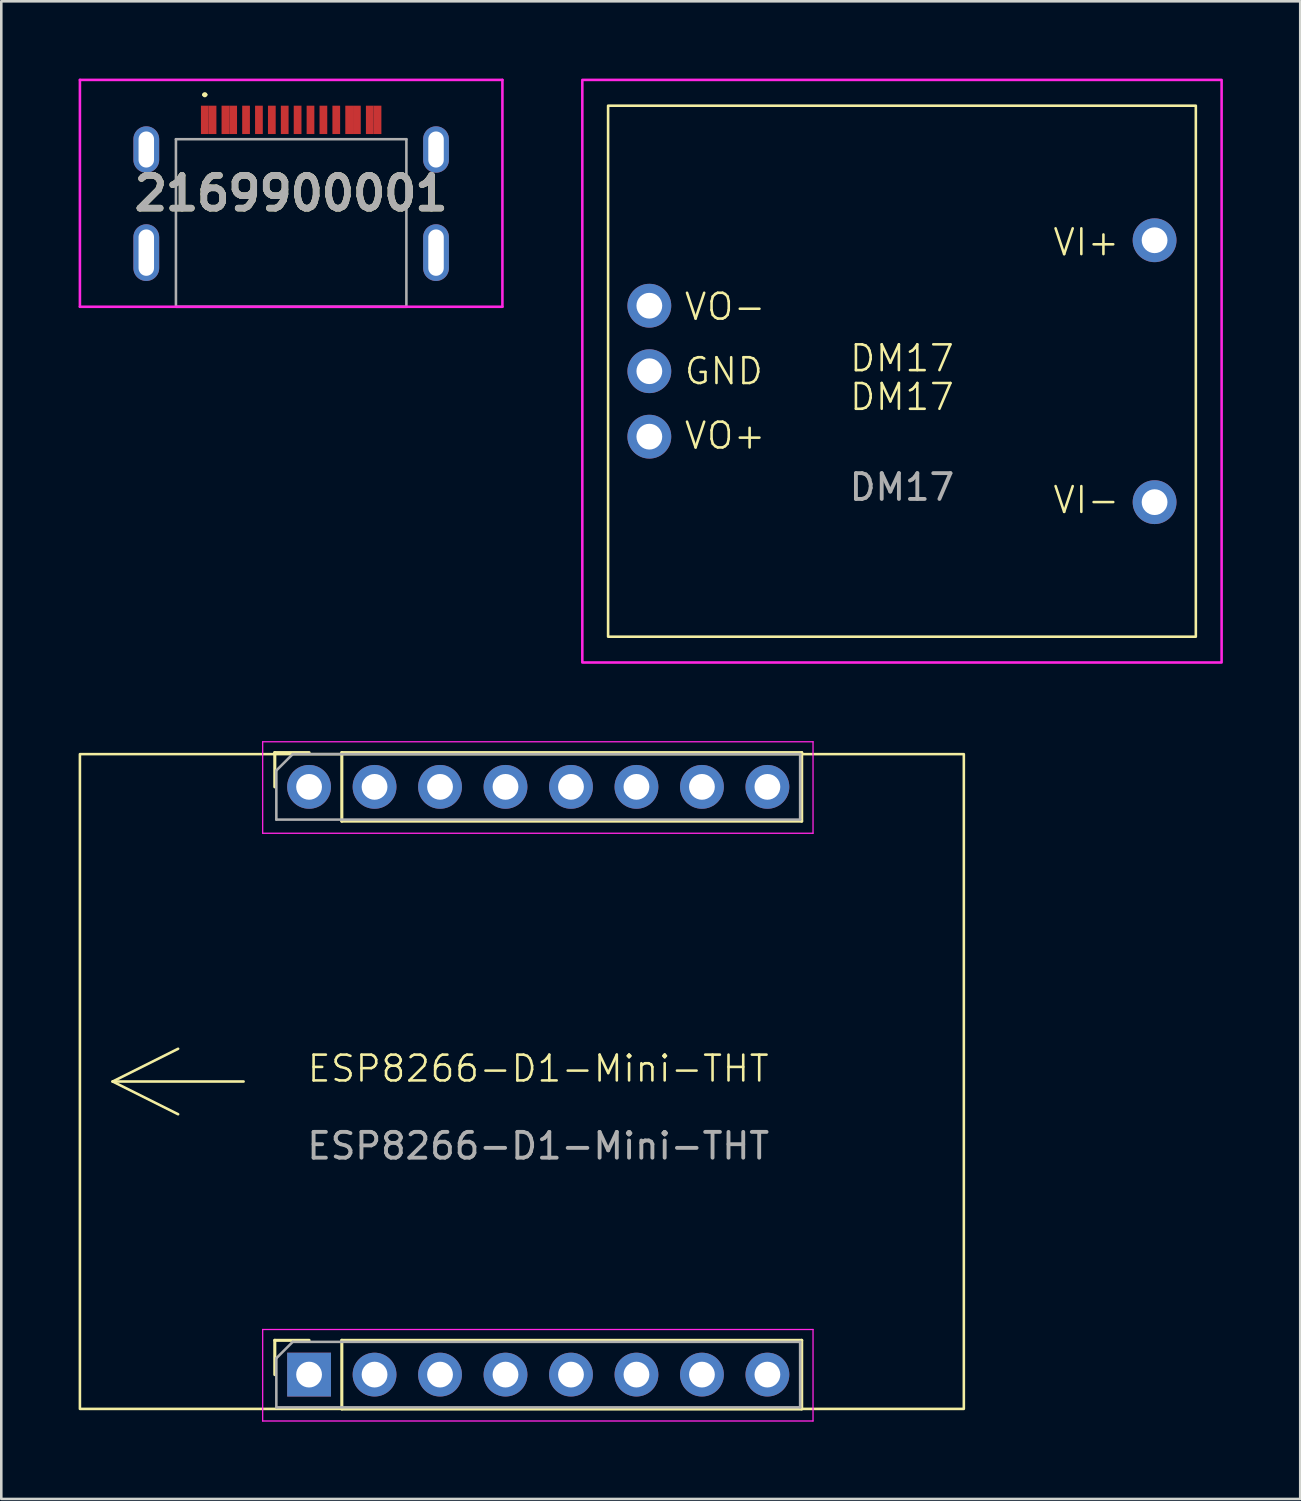
<source format=kicad_pcb>
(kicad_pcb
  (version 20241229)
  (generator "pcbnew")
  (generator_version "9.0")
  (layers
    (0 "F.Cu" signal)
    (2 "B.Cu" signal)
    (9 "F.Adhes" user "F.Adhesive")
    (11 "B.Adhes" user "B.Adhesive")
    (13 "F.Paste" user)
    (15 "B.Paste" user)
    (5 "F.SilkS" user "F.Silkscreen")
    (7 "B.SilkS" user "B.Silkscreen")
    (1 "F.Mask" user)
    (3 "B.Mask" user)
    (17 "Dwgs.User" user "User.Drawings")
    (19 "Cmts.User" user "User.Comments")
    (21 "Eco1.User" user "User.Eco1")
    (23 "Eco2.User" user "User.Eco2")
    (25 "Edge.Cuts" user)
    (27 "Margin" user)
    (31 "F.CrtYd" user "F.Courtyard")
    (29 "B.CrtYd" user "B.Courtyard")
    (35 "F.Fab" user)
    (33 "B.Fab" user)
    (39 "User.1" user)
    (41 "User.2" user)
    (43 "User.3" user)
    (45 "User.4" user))
  (footprint "2169900001"
    (layer "F.Cu")
    (at 8.245 5.225)
    (property "Reference" "2169900001" (at 0 -0.775 0) (layer "F.SilkS") (effects (font (size 1.27 1.27) (thickness 0.254))))
    (attr through_hole)
    (fp_line (start -3.4 -4.6) (end -3.4 -4.6) (stroke (width 0.1) (type solid)) (layer "F.SilkS"))
    (fp_line (start -3.3 -4.6) (end -3.3 -4.6) (stroke (width 0.1) (type solid)) (layer "F.SilkS"))
    (fp_arc (start -3.4 -4.6) (mid -3.35 -4.65) (end -3.3 -4.6) (stroke (width 0.1) (type solid)) (layer "F.SilkS"))
    (fp_arc (start -3.3 -4.6) (mid -3.35 -4.55) (end -3.4 -4.6) (stroke (width 0.1) (type solid)) (layer "F.SilkS"))
    (fp_line (start -8.195 -5.175) (end 8.195 -5.175) (stroke (width 0.1) (type solid)) (layer "F.CrtYd"))
    (fp_line (start -8.195 3.625) (end -8.195 -5.175) (stroke (width 0.1) (type solid)) (layer "F.CrtYd"))
    (fp_line (start 8.195 -5.175) (end 8.195 3.625) (stroke (width 0.1) (type solid)) (layer "F.CrtYd"))
    (fp_line (start 8.195 3.625) (end -8.195 3.625) (stroke (width 0.1) (type solid)) (layer "F.CrtYd"))
    (fp_line (start -4.47 -2.875) (end 4.47 -2.875) (stroke (width 0.1) (type solid)) (layer "F.Fab"))
    (fp_line (start -4.47 3.625) (end -4.47 -2.875) (stroke (width 0.1) (type solid)) (layer "F.Fab"))
    (fp_line (start 4.47 -2.875) (end 4.47 3.625) (stroke (width 0.1) (type solid)) (layer "F.Fab"))
    (fp_line (start 4.47 3.625) (end -4.47 3.625) (stroke (width 0.1) (type solid)) (layer "F.Fab"))
    (fp_text user "${REFERENCE}" (at 0 -0.775 0) (layer "F.Fab") (effects (font (size 1.27 1.27) (thickness 0.254))))
    (pad "A1" smd rect (at -3.35 -3.625) (size 0.3 1.1) (layers "F.Cu" "F.Mask" "F.Paste"))
    (pad "A4" smd rect (at -2.55 -3.625) (size 0.3 1.1) (layers "F.Cu" "F.Mask" "F.Paste"))
    (pad "A5" smd rect (at -1.25 -3.625) (size 0.3 1.1) (layers "F.Cu" "F.Mask" "F.Paste"))
    (pad "A6" smd rect (at -0.25 -3.625) (size 0.3 1.1) (layers "F.Cu" "F.Mask" "F.Paste"))
    (pad "A7" smd rect (at 0.25 -3.625) (size 0.3 1.1) (layers "F.Cu" "F.Mask" "F.Paste"))
    (pad "A8" smd rect (at 1.25 -3.625) (size 0.3 1.1) (layers "F.Cu" "F.Mask" "F.Paste"))
    (pad "A9" smd rect (at 2.55 -3.625) (size 0.3 1.1) (layers "F.Cu" "F.Mask" "F.Paste"))
    (pad "A12" smd rect (at 3.35 -3.625) (size 0.3 1.1) (layers "F.Cu" "F.Mask" "F.Paste"))
    (pad "B1" smd rect (at 3.05 -3.625) (size 0.3 1.1) (layers "F.Cu" "F.Mask" "F.Paste"))
    (pad "B4" smd rect (at 2.25 -3.625) (size 0.3 1.1) (layers "F.Cu" "F.Mask" "F.Paste"))
    (pad "B5" smd rect (at 1.75 -3.625) (size 0.3 1.1) (layers "F.Cu" "F.Mask" "F.Paste"))
    (pad "B6" smd rect (at 0.75 -3.625) (size 0.3 1.1) (layers "F.Cu" "F.Mask" "F.Paste"))
    (pad "B7" smd rect (at -0.75 -3.625) (size 0.3 1.1) (layers "F.Cu" "F.Mask" "F.Paste"))
    (pad "B8" smd rect (at -1.75 -3.625) (size 0.3 1.1) (layers "F.Cu" "F.Mask" "F.Paste"))
    (pad "B9" smd rect (at -2.25 -3.625) (size 0.3 1.1) (layers "F.Cu" "F.Mask" "F.Paste"))
    (pad "B12" smd rect (at -3.05 -3.625) (size 0.3 1.1) (layers "F.Cu" "F.Mask" "F.Paste"))
    (pad "MH1" thru_hole oval (at -5.62 -2.475) (size 1 1.8) (drill oval 0.6 1.4) (layers "*.Cu" "*.Mask"))
    (pad "MH2" thru_hole oval (at -5.62 1.525) (size 1 2.2) (drill oval 0.6 1.8) (layers "*.Cu" "*.Mask"))
    (pad "MH3" thru_hole oval (at 5.62 -2.475) (size 1 1.8) (drill oval 0.6 1.4) (layers "*.Cu" "*.Mask"))
    (pad "MH4" thru_hole oval (at 5.62 1.525) (size 1 2.2) (drill oval 0.6 1.8) (layers "*.Cu" "*.Mask")))
  (footprint "ESP8266-D1-Mini-THT"
    (layer "F.Cu")
    (at 17.83 38.905)
    (property "Reference" "ESP8266-D1-Mini-THT" (at 0 -0.5 0) (unlocked yes) (layer "F.SilkS") (effects (font (size 1 1) (thickness 0.1))))
    (attr through_hole)
    (fp_line (start -16.51 0) (end -13.97 1.27) (stroke (width 0.1) (type default)) (layer "F.SilkS"))
    (fp_line (start -16.51 0) (end -11.43 0) (stroke (width 0.1) (type default)) (layer "F.SilkS"))
    (fp_line (start -13.97 -1.27) (end -16.51 0) (stroke (width 0.1) (type default)) (layer "F.SilkS"))
    (fp_line (start -10.22 -12.76) (end -8.89 -12.76) (stroke (width 0.12) (type solid)) (layer "F.SilkS"))
    (fp_line (start -10.22 -11.43) (end -10.22 -12.76) (stroke (width 0.12) (type solid)) (layer "F.SilkS"))
    (fp_line (start -10.22 10.04) (end -8.89 10.04) (stroke (width 0.12) (type solid)) (layer "F.SilkS"))
    (fp_line (start -10.22 11.37) (end -10.22 10.04) (stroke (width 0.12) (type solid)) (layer "F.SilkS"))
    (fp_line (start -7.62 -12.76) (end 10.22 -12.76) (stroke (width 0.12) (type solid)) (layer "F.SilkS"))
    (fp_line (start -7.62 -10.1) (end -7.62 -12.76) (stroke (width 0.12) (type solid)) (layer "F.SilkS"))
    (fp_line (start -7.62 -10.1) (end 10.22 -10.1) (stroke (width 0.12) (type solid)) (layer "F.SilkS"))
    (fp_line (start -7.62 10.04) (end 10.22 10.04) (stroke (width 0.12) (type solid)) (layer "F.SilkS"))
    (fp_line (start -7.62 12.7) (end -7.62 10.04) (stroke (width 0.12) (type solid)) (layer "F.SilkS"))
    (fp_line (start -7.62 12.7) (end 10.22 12.7) (stroke (width 0.12) (type solid)) (layer "F.SilkS"))
    (fp_line (start 10.22 -10.1) (end 10.22 -12.76) (stroke (width 0.12) (type solid)) (layer "F.SilkS"))
    (fp_line (start 10.22 12.7) (end 10.22 10.04) (stroke (width 0.12) (type solid)) (layer "F.SilkS"))
    (fp_rect (start -17.78 -12.7) (end 16.51 12.7) (stroke (width 0.1) (type default)) (fill no) (layer "F.SilkS"))
    (fp_line (start -10.69 -13.18) (end 10.66 -13.18) (stroke (width 0.05) (type solid)) (layer "F.CrtYd"))
    (fp_line (start -10.69 -9.63) (end -10.69 -13.18) (stroke (width 0.05) (type solid)) (layer "F.CrtYd"))
    (fp_line (start -10.69 9.62) (end 10.66 9.62) (stroke (width 0.05) (type solid)) (layer "F.CrtYd"))
    (fp_line (start -10.69 13.17) (end -10.69 9.62) (stroke (width 0.05) (type solid)) (layer "F.CrtYd"))
    (fp_line (start 10.66 -13.18) (end 10.66 -9.63) (stroke (width 0.05) (type solid)) (layer "F.CrtYd"))
    (fp_line (start 10.66 -9.63) (end -10.69 -9.63) (stroke (width 0.05) (type solid)) (layer "F.CrtYd"))
    (fp_line (start 10.66 9.62) (end 10.66 13.17) (stroke (width 0.05) (type solid)) (layer "F.CrtYd"))
    (fp_line (start 10.66 13.17) (end -10.69 13.17) (stroke (width 0.05) (type solid)) (layer "F.CrtYd"))
    (fp_line (start -10.16 -12.065) (end -9.525 -12.7) (stroke (width 0.1) (type solid)) (layer "F.Fab"))
    (fp_line (start -10.16 -10.16) (end -10.16 -12.065) (stroke (width 0.1) (type solid)) (layer "F.Fab"))
    (fp_line (start -10.16 10.735) (end -9.525 10.1) (stroke (width 0.1) (type solid)) (layer "F.Fab"))
    (fp_line (start -10.16 12.64) (end -10.16 10.735) (stroke (width 0.1) (type solid)) (layer "F.Fab"))
    (fp_line (start -9.525 -12.7) (end 10.16 -12.7) (stroke (width 0.1) (type solid)) (layer "F.Fab"))
    (fp_line (start -9.525 10.1) (end 10.16 10.1) (stroke (width 0.1) (type solid)) (layer "F.Fab"))
    (fp_line (start 10.16 -12.7) (end 10.16 -10.16) (stroke (width 0.1) (type solid)) (layer "F.Fab"))
    (fp_line (start 10.16 -10.16) (end -10.16 -10.16) (stroke (width 0.1) (type solid)) (layer "F.Fab"))
    (fp_line (start 10.16 10.1) (end 10.16 12.64) (stroke (width 0.1) (type solid)) (layer "F.Fab"))
    (fp_line (start 10.16 12.64) (end -10.16 12.64) (stroke (width 0.1) (type solid)) (layer "F.Fab"))
    (fp_text user "${REFERENCE}" (at 0 2.5 0) (unlocked yes) (layer "F.Fab") (effects (font (size 1 1) (thickness 0.15))))
    (pad "1" thru_hole rect (at -8.89 11.37 90) (size 1.7 1.7) (drill 1) (layers "*.Cu" "*.Mask"))
    (pad "2" thru_hole oval (at -6.35 11.37 90) (size 1.7 1.7) (drill 1) (layers "*.Cu" "*.Mask"))
    (pad "3" thru_hole oval (at -3.81 11.37 90) (size 1.7 1.7) (drill 1) (layers "*.Cu" "*.Mask"))
    (pad "4" thru_hole oval (at -1.27 11.37 90) (size 1.7 1.7) (drill 1) (layers "*.Cu" "*.Mask"))
    (pad "5" thru_hole oval (at 1.27 11.37 90) (size 1.7 1.7) (drill 1) (layers "*.Cu" "*.Mask"))
    (pad "6" thru_hole oval (at 3.81 11.37 90) (size 1.7 1.7) (drill 1) (layers "*.Cu" "*.Mask"))
    (pad "7" thru_hole oval (at 6.35 11.37 90) (size 1.7 1.7) (drill 1) (layers "*.Cu" "*.Mask"))
    (pad "8" thru_hole oval (at 8.89 11.37 90) (size 1.7 1.7) (drill 1) (layers "*.Cu" "*.Mask"))
    (pad "9" thru_hole oval (at 8.89 -11.43 90) (size 1.7 1.7) (drill 1) (layers "*.Cu" "*.Mask"))
    (pad "10" thru_hole oval (at 6.35 -11.43 90) (size 1.7 1.7) (drill 1) (layers "*.Cu" "*.Mask"))
    (pad "11" thru_hole oval (at 3.81 -11.43 90) (size 1.7 1.7) (drill 1) (layers "*.Cu" "*.Mask"))
    (pad "12" thru_hole oval (at 1.27 -11.43 90) (size 1.7 1.7) (drill 1) (layers "*.Cu" "*.Mask"))
    (pad "13" thru_hole oval (at -1.27 -11.43 90) (size 1.7 1.7) (drill 1) (layers "*.Cu" "*.Mask"))
    (pad "14" thru_hole oval (at -3.81 -11.43 90) (size 1.7 1.7) (drill 1) (layers "*.Cu" "*.Mask"))
    (pad "15" thru_hole oval (at -6.35 -11.43 90) (size 1.7 1.7) (drill 1) (layers "*.Cu" "*.Mask"))
    (pad "16" thru_hole circle (at -8.89 -11.43 90) (size 1.7 1.7) (drill 1) (layers "*.Cu" "*.Mask")))
  (footprint "DM17"
    (layer "F.Cu")
    (at 31.94 11.35)
    (property "Reference" "DM17" (at 0 -0.5 0) (unlocked yes) (layer "F.SilkS") (effects (font (size 1 1) (thickness 0.1))))
    (property "Value" "DM17" (at 0 3 0) (unlocked yes) (layer "F.Fab") (hide yes) (effects (font (size 1 1) (thickness 0.15))))
    (attr through_hole)
    (fp_rect (start -11.4 -10.3) (end 11.4 10.3) (stroke (width 0.1) (type default)) (fill no) (layer "F.SilkS"))
    (fp_rect (start -12.4 -11.3) (end 12.4 11.3) (stroke (width 0.1) (type default)) (fill no) (layer "F.CrtYd"))
    (fp_text user "VI+" (at 8.5 -5 0) (unlocked yes) (layer "F.SilkS") (effects (font (size 1 1) (thickness 0.1)) (justify right)))
    (fp_text user "GND" (at -8.5 0 0) (unlocked yes) (layer "F.SilkS") (effects (font (size 1 1) (thickness 0.1)) (justify left)))
    (fp_text user "${VALUE}" (at 0 1 0) (unlocked yes) (layer "F.SilkS") (effects (font (size 1 1) (thickness 0.1))))
    (fp_text user "VO+" (at -8.5 2.5 0) (unlocked yes) (layer "F.SilkS") (effects (font (size 1 1) (thickness 0.1)) (justify left)))
    (fp_text user "VI-" (at 8.5 5 0) (unlocked yes) (layer "F.SilkS") (effects (font (size 1 1) (thickness 0.1)) (justify right)))
    (fp_text user "VO-" (at -8.5 -2.5 0) (unlocked yes) (layer "F.SilkS") (effects (font (size 1 1) (thickness 0.1)) (justify left)))
    (fp_text user "${REFERENCE}" (at 0 4.5 0) (unlocked yes) (layer "F.Fab") (effects (font (size 1 1) (thickness 0.15))))
    (pad "1" thru_hole circle (at 9.8 -5.08 270) (size 1.7 1.7) (drill 1) (layers "*.Cu" "*.Mask"))
    (pad "2" thru_hole circle (at -9.8 0 270) (size 1.7 1.7) (drill 1) (layers "*.Cu" "*.Mask"))
    (pad "2" thru_hole circle (at 9.8 5.08 270) (size 1.7 1.7) (drill 1) (layers "*.Cu" "*.Mask"))
    (pad "3" thru_hole circle (at -9.8 2.54 270) (size 1.7 1.7) (drill 1) (layers "*.Cu" "*.Mask"))
    (pad "4" thru_hole circle (at -9.8 -2.54 270) (size 1.7 1.7) (drill 1) (layers "*.Cu" "*.Mask")))
  (gr_rect
    (start -3 -3)
    (end 47.39 55.1)
    (stroke (width 0.1) (type default))
    (fill no)
    (layer "Edge.Cuts")))
</source>
